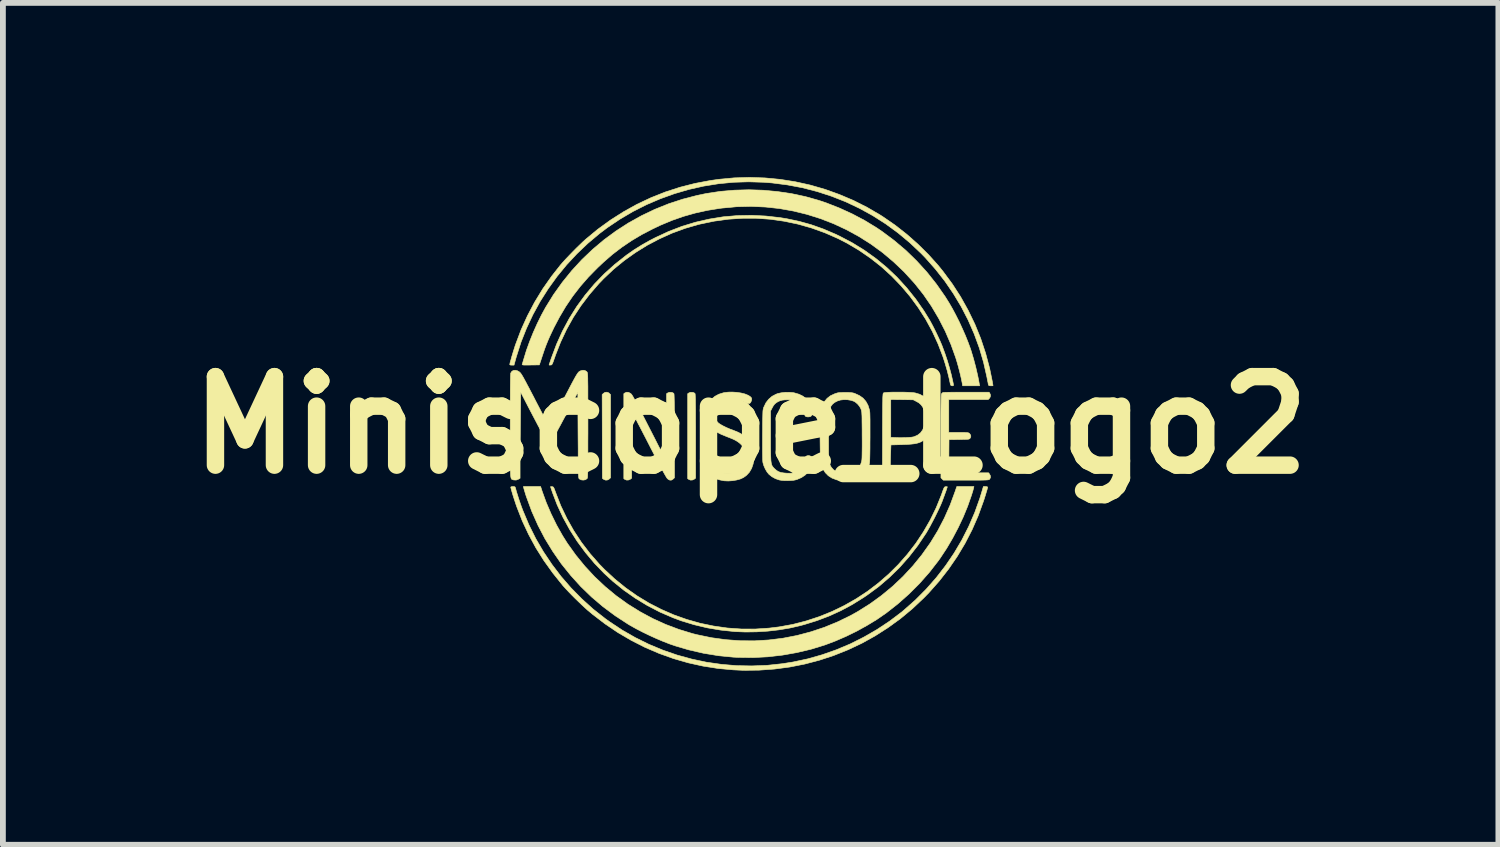
<source format=kicad_pcb>
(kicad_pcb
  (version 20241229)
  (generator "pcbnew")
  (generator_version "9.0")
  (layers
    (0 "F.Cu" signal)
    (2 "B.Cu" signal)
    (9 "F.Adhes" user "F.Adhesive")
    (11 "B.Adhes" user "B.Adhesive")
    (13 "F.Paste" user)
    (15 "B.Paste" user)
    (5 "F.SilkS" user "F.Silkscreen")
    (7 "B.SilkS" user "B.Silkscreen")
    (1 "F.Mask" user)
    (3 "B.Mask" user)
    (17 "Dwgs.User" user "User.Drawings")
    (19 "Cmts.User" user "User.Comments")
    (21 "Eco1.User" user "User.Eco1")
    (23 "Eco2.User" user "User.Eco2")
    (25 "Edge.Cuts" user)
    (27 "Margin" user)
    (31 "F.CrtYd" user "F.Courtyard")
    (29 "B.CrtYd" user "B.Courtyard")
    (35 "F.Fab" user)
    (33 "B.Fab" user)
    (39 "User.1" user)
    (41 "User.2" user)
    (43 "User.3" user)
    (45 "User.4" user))
  (footprint "Miniscope_Logo2"
    (layer "F.Cu")
    (at 9.877 4.271)
    (property "Reference" "Miniscope_Logo2" (at 0 0 0) (layer "F.SilkS") (effects (font (size 1.524 1.524) (thickness 0.3))))
    (attr through_hole)
    (fp_poly (pts (xy -2.445 -0.556) (xy -2.434 -0.546) (xy -2.413 -0.526) (xy -2.413 0.907) (xy -2.434 0.927) (xy -2.462 0.944) (xy -2.494 0.948) (xy -2.525 0.937) (xy -2.533 0.932) (xy -2.553 0.916) (xy -2.557 -0.525) (xy -2.536 -0.546) (xy -2.508 -0.564) (xy -2.476 -0.567) (xy -2.445 -0.556)) (stroke (width 0.01) (type solid)) (fill yes) (layer "F.SilkS"))
    (fp_poly (pts (xy -0.98 -0.559) (xy -0.96 -0.547) (xy -0.959 -0.545) (xy -0.957 -0.539) (xy -0.955 -0.527) (xy -0.954 -0.507) (xy -0.953 -0.479) (xy -0.951 -0.442) (xy -0.951 -0.395) (xy -0.95 -0.336) (xy -0.949 -0.266) (xy -0.949 -0.182) (xy -0.949 -0.085) (xy -0.948 0.027) (xy -0.948 0.155) (xy -0.948 0.192) (xy -0.948 0.913) (xy -0.971 0.931) (xy -1.001 0.945) (xy -1.035 0.947) (xy -1.065 0.935) (xy -1.065 0.935) (xy -1.084 0.922) (xy -1.084 -0.541) (xy -1.062 -0.555) (xy -1.038 -0.564) (xy -1.008 -0.565) (xy -0.98 -0.559)) (stroke (width 0.01) (type solid)) (fill yes) (layer "F.SilkS"))
    (fp_poly (pts (xy 4.119 -0.548) (xy 4.131 -0.518) (xy 4.127 -0.486) (xy 4.111 -0.461) (xy 4.09 -0.44) (xy 3.412 -0.44) (xy 3.412 0.127) (xy 3.582 0.127) (xy 3.639 0.127) (xy 3.683 0.127) (xy 3.714 0.128) (xy 3.735 0.13) (xy 3.75 0.133) (xy 3.759 0.137) (xy 3.767 0.143) (xy 3.772 0.148) (xy 3.79 0.175) (xy 3.791 0.203) (xy 3.778 0.228) (xy 3.772 0.234) (xy 3.765 0.238) (xy 3.753 0.242) (xy 3.734 0.244) (xy 3.707 0.245) (xy 3.669 0.246) (xy 3.617 0.247) (xy 3.59 0.248) (xy 3.416 0.25) (xy 3.414 0.536) (xy 3.412 0.821) (xy 4.097 0.821) (xy 4.114 0.844) (xy 4.129 0.873) (xy 4.13 0.903) (xy 4.117 0.929) (xy 4.115 0.931) (xy 4.11 0.935) (xy 4.105 0.939) (xy 4.096 0.941) (xy 4.083 0.943) (xy 4.065 0.945) (xy 4.039 0.946) (xy 4.004 0.947) (xy 3.959 0.948) (xy 3.902 0.948) (xy 3.832 0.948) (xy 3.747 0.948) (xy 3.708 0.948) (xy 3.318 0.948) (xy 3.297 0.927) (xy 3.277 0.907) (xy 3.277 0.196) (xy 3.277 0.056) (xy 3.277 -0.068) (xy 3.277 -0.175) (xy 3.278 -0.268) (xy 3.279 -0.346) (xy 3.28 -0.409) (xy 3.281 -0.46) (xy 3.282 -0.497) (xy 3.284 -0.522) (xy 3.286 -0.535) (xy 3.286 -0.537) (xy 3.3 -0.554) (xy 3.314 -0.562) (xy 3.326 -0.563) (xy 3.353 -0.564) (xy 3.393 -0.565) (xy 3.445 -0.566) (xy 3.507 -0.566) (xy 3.577 -0.567) (xy 3.653 -0.567) (xy 3.719 -0.567) (xy 4.105 -0.567) (xy 4.119 -0.548)) (stroke (width 0.01) (type solid)) (fill yes) (layer "F.SilkS"))
    (fp_poly (pts (xy -2.1 -0.563) (xy -2.067 -0.545) (xy -2.063 -0.542) (xy -2.058 -0.537) (xy -2.053 -0.532) (xy -2.047 -0.524) (xy -2.04 -0.513) (xy -2.031 -0.499) (xy -2.02 -0.48) (xy -2.007 -0.456) (xy -1.99 -0.426) (xy -1.971 -0.389) (xy -1.947 -0.344) (xy -1.919 -0.29) (xy -1.887 -0.227) (xy -1.849 -0.154) (xy -1.806 -0.07) (xy -1.757 0.026) (xy -1.701 0.135) (xy -1.638 0.258) (xy -1.581 0.371) (xy -1.459 0.61) (xy -1.453 0.418) (xy -1.452 0.367) (xy -1.451 0.302) (xy -1.45 0.226) (xy -1.449 0.143) (xy -1.449 0.054) (xy -1.448 -0.036) (xy -1.448 -0.125) (xy -1.448 -0.158) (xy -1.448 -0.541) (xy -1.426 -0.555) (xy -1.402 -0.564) (xy -1.372 -0.565) (xy -1.344 -0.559) (xy -1.324 -0.547) (xy -1.323 -0.545) (xy -1.321 -0.539) (xy -1.319 -0.527) (xy -1.318 -0.507) (xy -1.317 -0.479) (xy -1.316 -0.442) (xy -1.315 -0.395) (xy -1.314 -0.336) (xy -1.313 -0.265) (xy -1.313 -0.182) (xy -1.313 -0.084) (xy -1.312 0.028) (xy -1.312 0.156) (xy -1.312 0.188) (xy -1.312 0.907) (xy -1.333 0.927) (xy -1.361 0.946) (xy -1.39 0.948) (xy -1.42 0.933) (xy -1.437 0.917) (xy -1.448 0.902) (xy -1.465 0.873) (xy -1.489 0.831) (xy -1.519 0.777) (xy -1.554 0.712) (xy -1.593 0.638) (xy -1.637 0.554) (xy -1.674 0.483) (xy -1.717 0.4) (xy -1.76 0.316) (xy -1.802 0.234) (xy -1.843 0.155) (xy -1.88 0.083) (xy -1.914 0.018) (xy -1.942 -0.035) (xy -1.963 -0.077) (xy -1.965 -0.08) (xy -2.048 -0.241) (xy -2.049 0.336) (xy -2.049 0.913) (xy -2.071 0.931) (xy -2.102 0.945) (xy -2.135 0.947) (xy -2.165 0.935) (xy -2.166 0.935) (xy -2.184 0.922) (xy -2.184 -0.541) (xy -2.166 -0.554) (xy -2.134 -0.567) (xy -2.1 -0.563)) (stroke (width 0.01) (type solid)) (fill yes) (layer "F.SilkS"))
    (fp_poly (pts (xy 2.597 -0.568) (xy 2.656 -0.567) (xy 2.712 -0.565) (xy 2.761 -0.562) (xy 2.801 -0.559) (xy 2.829 -0.555) (xy 2.831 -0.555) (xy 2.909 -0.532) (xy 2.976 -0.497) (xy 3.03 -0.452) (xy 3.074 -0.394) (xy 3.108 -0.322) (xy 3.121 -0.284) (xy 3.128 -0.249) (xy 3.133 -0.202) (xy 3.136 -0.148) (xy 3.137 -0.092) (xy 3.135 -0.038) (xy 3.131 0.007) (xy 3.126 0.031) (xy 3.102 0.105) (xy 3.065 0.171) (xy 3.017 0.228) (xy 2.966 0.269) (xy 2.935 0.287) (xy 2.902 0.301) (xy 2.865 0.312) (xy 2.821 0.321) (xy 2.768 0.327) (xy 2.703 0.332) (xy 2.624 0.335) (xy 2.608 0.336) (xy 2.416 0.341) (xy 2.41 0.506) (xy 2.408 0.569) (xy 2.407 0.637) (xy 2.405 0.703) (xy 2.405 0.763) (xy 2.405 0.797) (xy 2.404 0.845) (xy 2.404 0.88) (xy 2.402 0.903) (xy 2.399 0.918) (xy 2.395 0.927) (xy 2.389 0.933) (xy 2.386 0.935) (xy 2.355 0.947) (xy 2.322 0.946) (xy 2.293 0.931) (xy 2.29 0.927) (xy 2.269 0.906) (xy 2.271 0.211) (xy 2.413 0.211) (xy 2.487 0.214) (xy 2.547 0.216) (xy 2.609 0.216) (xy 2.67 0.215) (xy 2.725 0.212) (xy 2.771 0.208) (xy 2.805 0.202) (xy 2.814 0.2) (xy 2.875 0.173) (xy 2.925 0.134) (xy 2.962 0.083) (xy 2.986 0.026) (xy 2.995 -0.02) (xy 3 -0.082) (xy 3 -0.114) (xy 2.997 -0.191) (xy 2.986 -0.254) (xy 2.966 -0.306) (xy 2.937 -0.348) (xy 2.898 -0.383) (xy 2.858 -0.406) (xy 2.8 -0.436) (xy 2.607 -0.439) (xy 2.413 -0.441) (xy 2.413 0.211) (xy 2.271 0.211) (xy 2.271 0.182) (xy 2.271 0.054) (xy 2.272 -0.057) (xy 2.272 -0.154) (xy 2.273 -0.237) (xy 2.273 -0.308) (xy 2.274 -0.367) (xy 2.275 -0.415) (xy 2.275 -0.454) (xy 2.276 -0.485) (xy 2.278 -0.508) (xy 2.279 -0.526) (xy 2.281 -0.538) (xy 2.283 -0.546) (xy 2.285 -0.551) (xy 2.288 -0.554) (xy 2.29 -0.555) (xy 2.304 -0.559) (xy 2.332 -0.562) (xy 2.372 -0.565) (xy 2.421 -0.567) (xy 2.477 -0.568) (xy 2.536 -0.568) (xy 2.597 -0.568)) (stroke (width 0.01) (type solid)) (fill yes) (layer "F.SilkS"))
    (fp_poly (pts (xy -3.59 1.141) (xy -3.52 1.334) (xy -3.436 1.529) (xy -3.342 1.721) (xy -3.238 1.906) (xy -3.156 2.036) (xy -3.011 2.239) (xy -2.854 2.431) (xy -2.685 2.613) (xy -2.505 2.782) (xy -2.315 2.939) (xy -2.115 3.083) (xy -1.906 3.213) (xy -1.689 3.33) (xy -1.465 3.432) (xy -1.234 3.519) (xy -0.998 3.591) (xy -0.921 3.61) (xy -0.676 3.661) (xy -0.429 3.695) (xy -0.182 3.713) (xy 0.065 3.715) (xy 0.312 3.7) (xy 0.556 3.67) (xy 0.798 3.623) (xy 1.036 3.56) (xy 1.27 3.482) (xy 1.499 3.388) (xy 1.723 3.279) (xy 1.846 3.21) (xy 2.053 3.08) (xy 2.253 2.935) (xy 2.444 2.777) (xy 2.624 2.607) (xy 2.792 2.426) (xy 2.947 2.236) (xy 2.954 2.226) (xy 3.096 2.026) (xy 3.223 1.818) (xy 3.336 1.601) (xy 3.436 1.375) (xy 3.522 1.141) (xy 3.55 1.058) (xy 3.845 1.058) (xy 3.839 1.086) (xy 3.834 1.104) (xy 3.826 1.135) (xy 3.814 1.173) (xy 3.801 1.215) (xy 3.8 1.217) (xy 3.737 1.397) (xy 3.661 1.582) (xy 3.574 1.766) (xy 3.478 1.948) (xy 3.376 2.122) (xy 3.269 2.284) (xy 3.233 2.335) (xy 3.077 2.536) (xy 2.907 2.728) (xy 2.725 2.91) (xy 2.533 3.08) (xy 2.333 3.237) (xy 2.327 3.241) (xy 2.172 3.348) (xy 2.004 3.45) (xy 1.827 3.548) (xy 1.645 3.637) (xy 1.461 3.717) (xy 1.281 3.785) (xy 1.278 3.786) (xy 1.041 3.859) (xy 0.797 3.917) (xy 0.548 3.961) (xy 0.296 3.99) (xy 0.043 4.003) (xy -0.209 4) (xy -0.296 3.996) (xy -0.553 3.971) (xy -0.81 3.929) (xy -1.066 3.87) (xy -1.291 3.804) (xy -1.393 3.769) (xy -1.504 3.726) (xy -1.622 3.676) (xy -1.741 3.622) (xy -1.859 3.565) (xy -1.971 3.507) (xy -2.073 3.45) (xy -2.11 3.428) (xy -2.331 3.284) (xy -2.541 3.128) (xy -2.739 2.96) (xy -2.925 2.78) (xy -3.098 2.589) (xy -3.26 2.388) (xy -3.407 2.176) (xy -3.542 1.956) (xy -3.662 1.726) (xy -3.768 1.488) (xy -3.859 1.241) (xy -3.864 1.228) (xy -3.878 1.184) (xy -3.89 1.144) (xy -3.9 1.111) (xy -3.906 1.089) (xy -3.907 1.086) (xy -3.913 1.058) (xy -3.617 1.058) (xy -3.59 1.141)) (stroke (width 0.01) (type solid)) (fill yes) (layer "F.SilkS"))
    (fp_poly (pts (xy -3.421 1.06) (xy -3.42 1.06) (xy -3.408 1.062) (xy -3.4 1.066) (xy -3.392 1.076) (xy -3.383 1.094) (xy -3.372 1.123) (xy -3.357 1.164) (xy -3.269 1.39) (xy -3.165 1.607) (xy -3.047 1.817) (xy -2.914 2.019) (xy -2.766 2.212) (xy -2.604 2.397) (xy -2.518 2.485) (xy -2.34 2.65) (xy -2.153 2.802) (xy -1.957 2.94) (xy -1.753 3.064) (xy -1.541 3.173) (xy -1.323 3.268) (xy -1.1 3.347) (xy -0.871 3.412) (xy -0.639 3.46) (xy -0.403 3.494) (xy -0.164 3.511) (xy 0.076 3.512) (xy 0.317 3.496) (xy 0.489 3.475) (xy 0.726 3.432) (xy 0.958 3.372) (xy 1.183 3.298) (xy 1.403 3.209) (xy 1.615 3.106) (xy 1.819 2.99) (xy 2.015 2.861) (xy 2.201 2.719) (xy 2.378 2.565) (xy 2.544 2.4) (xy 2.699 2.224) (xy 2.843 2.038) (xy 2.973 1.842) (xy 3.091 1.637) (xy 3.195 1.424) (xy 3.285 1.202) (xy 3.298 1.164) (xy 3.313 1.122) (xy 3.324 1.094) (xy 3.333 1.076) (xy 3.341 1.066) (xy 3.349 1.062) (xy 3.36 1.06) (xy 3.378 1.06) (xy 3.387 1.062) (xy 3.387 1.062) (xy 3.384 1.073) (xy 3.376 1.097) (xy 3.365 1.131) (xy 3.35 1.171) (xy 3.334 1.216) (xy 3.317 1.261) (xy 3.301 1.305) (xy 3.294 1.323) (xy 3.271 1.378) (xy 3.241 1.443) (xy 3.206 1.516) (xy 3.168 1.593) (xy 3.128 1.669) (xy 3.089 1.743) (xy 3.051 1.81) (xy 3.018 1.866) (xy 3.016 1.868) (xy 2.878 2.074) (xy 2.727 2.268) (xy 2.564 2.452) (xy 2.39 2.622) (xy 2.205 2.781) (xy 2.009 2.925) (xy 1.947 2.967) (xy 1.751 3.089) (xy 1.554 3.195) (xy 1.352 3.287) (xy 1.144 3.366) (xy 0.925 3.434) (xy 0.847 3.455) (xy 0.672 3.495) (xy 0.486 3.526) (xy 0.295 3.548) (xy 0.102 3.56) (xy -0.087 3.563) (xy -0.269 3.556) (xy -0.279 3.555) (xy -0.515 3.53) (xy -0.747 3.491) (xy -0.974 3.437) (xy -1.194 3.37) (xy -1.334 3.318) (xy -1.559 3.221) (xy -1.777 3.108) (xy -1.986 2.981) (xy -2.186 2.841) (xy -2.375 2.688) (xy -2.522 2.553) (xy -2.69 2.379) (xy -2.845 2.194) (xy -2.988 2) (xy -3.117 1.798) (xy -3.232 1.588) (xy -3.332 1.373) (xy -3.416 1.153) (xy -3.417 1.148) (xy -3.429 1.113) (xy -3.439 1.084) (xy -3.444 1.066) (xy -3.446 1.06) (xy -3.439 1.059) (xy -3.421 1.06)) (stroke (width 0.01) (type solid)) (fill yes) (layer "F.SilkS"))
    (fp_poly (pts (xy 0.259 -3.601) (xy 0.507 -3.573) (xy 0.618 -3.555) (xy 0.831 -3.51) (xy 1.04 -3.452) (xy 1.247 -3.379) (xy 1.454 -3.291) (xy 1.532 -3.254) (xy 1.751 -3.139) (xy 1.959 -3.011) (xy 2.157 -2.869) (xy 2.345 -2.714) (xy 2.522 -2.546) (xy 2.687 -2.365) (xy 2.842 -2.172) (xy 2.985 -1.967) (xy 3.078 -1.816) (xy 3.106 -1.766) (xy 3.138 -1.706) (xy 3.172 -1.639) (xy 3.206 -1.569) (xy 3.238 -1.501) (xy 3.267 -1.437) (xy 3.29 -1.383) (xy 3.298 -1.363) (xy 3.346 -1.233) (xy 3.387 -1.111) (xy 3.423 -0.99) (xy 3.456 -0.866) (xy 3.486 -0.732) (xy 3.493 -0.696) (xy 3.493 -0.683) (xy 3.484 -0.678) (xy 3.472 -0.677) (xy 3.452 -0.681) (xy 3.443 -0.693) (xy 3.442 -0.696) (xy 3.438 -0.712) (xy 3.432 -0.74) (xy 3.424 -0.776) (xy 3.416 -0.813) (xy 3.386 -0.935) (xy 3.349 -1.062) (xy 3.312 -1.177) (xy 3.227 -1.399) (xy 3.128 -1.615) (xy 3.014 -1.824) (xy 2.886 -2.024) (xy 2.745 -2.216) (xy 2.591 -2.398) (xy 2.426 -2.569) (xy 2.25 -2.729) (xy 2.063 -2.876) (xy 1.867 -3.011) (xy 1.661 -3.133) (xy 1.505 -3.213) (xy 1.279 -3.312) (xy 1.049 -3.395) (xy 0.816 -3.461) (xy 0.579 -3.511) (xy 0.341 -3.545) (xy 0.1 -3.562) (xy -0.141 -3.562) (xy -0.383 -3.546) (xy -0.625 -3.513) (xy -0.867 -3.463) (xy -0.904 -3.454) (xy -1.131 -3.388) (xy -1.354 -3.306) (xy -1.571 -3.208) (xy -1.782 -3.097) (xy -1.985 -2.971) (xy -2.179 -2.833) (xy -2.363 -2.682) (xy -2.535 -2.519) (xy -2.613 -2.438) (xy -2.775 -2.251) (xy -2.922 -2.057) (xy -3.054 -1.856) (xy -3.171 -1.646) (xy -3.273 -1.429) (xy -3.362 -1.202) (xy -3.37 -1.177) (xy -3.388 -1.127) (xy -3.401 -1.09) (xy -3.411 -1.065) (xy -3.419 -1.049) (xy -3.426 -1.04) (xy -3.434 -1.036) (xy -3.443 -1.035) (xy -3.445 -1.035) (xy -3.463 -1.034) (xy -3.471 -1.035) (xy -3.471 -1.035) (xy -3.469 -1.043) (xy -3.462 -1.065) (xy -3.451 -1.097) (xy -3.438 -1.137) (xy -3.43 -1.16) (xy -3.342 -1.394) (xy -3.24 -1.62) (xy -3.124 -1.836) (xy -2.994 -2.043) (xy -2.85 -2.24) (xy -2.693 -2.427) (xy -2.523 -2.603) (xy -2.34 -2.768) (xy -2.145 -2.922) (xy -2.132 -2.932) (xy -2.004 -3.021) (xy -1.872 -3.103) (xy -1.732 -3.182) (xy -1.636 -3.231) (xy -1.412 -3.335) (xy -1.183 -3.423) (xy -0.95 -3.494) (xy -0.713 -3.548) (xy -0.474 -3.587) (xy -0.232 -3.608) (xy 0.013 -3.613) (xy 0.259 -3.601)) (stroke (width 0.01) (type solid)) (fill yes) (layer "F.SilkS"))
    (fp_poly (pts (xy -0.237 -0.564) (xy -0.165 -0.553) (xy -0.1 -0.537) (xy -0.046 -0.515) (xy -0.012 -0.495) (xy 0.011 -0.473) (xy 0.019 -0.45) (xy 0.014 -0.422) (xy 0.008 -0.407) (xy -0.004 -0.385) (xy -0.016 -0.375) (xy -0.033 -0.373) (xy -0.034 -0.373) (xy -0.058 -0.376) (xy -0.086 -0.386) (xy -0.095 -0.391) (xy -0.168 -0.42) (xy -0.245 -0.439) (xy -0.322 -0.447) (xy -0.398 -0.444) (xy -0.466 -0.429) (xy -0.507 -0.412) (xy -0.542 -0.39) (xy -0.575 -0.358) (xy -0.601 -0.324) (xy -0.617 -0.291) (xy -0.618 -0.289) (xy -0.627 -0.229) (xy -0.624 -0.17) (xy -0.609 -0.114) (xy -0.583 -0.066) (xy -0.554 -0.035) (xy -0.52 -0.012) (xy -0.474 0.014) (xy -0.419 0.041) (xy -0.359 0.067) (xy -0.309 0.085) (xy -0.213 0.124) (xy -0.133 0.168) (xy -0.067 0.217) (xy -0.017 0.273) (xy 0.021 0.337) (xy 0.045 0.408) (xy 0.057 0.488) (xy 0.057 0.491) (xy 0.056 0.583) (xy 0.043 0.668) (xy 0.017 0.744) (xy -0.021 0.81) (xy -0.071 0.864) (xy -0.123 0.902) (xy -0.176 0.927) (xy -0.241 0.945) (xy -0.312 0.957) (xy -0.385 0.962) (xy -0.455 0.959) (xy -0.466 0.957) (xy -0.531 0.944) (xy -0.593 0.925) (xy -0.65 0.899) (xy -0.701 0.87) (xy -0.744 0.837) (xy -0.776 0.803) (xy -0.796 0.769) (xy -0.803 0.736) (xy -0.801 0.723) (xy -0.791 0.702) (xy -0.775 0.681) (xy -0.756 0.665) (xy -0.743 0.66) (xy -0.733 0.666) (xy -0.713 0.681) (xy -0.689 0.702) (xy -0.677 0.714) (xy -0.631 0.754) (xy -0.582 0.786) (xy -0.563 0.797) (xy -0.535 0.81) (xy -0.512 0.818) (xy -0.488 0.823) (xy -0.459 0.826) (xy -0.418 0.828) (xy -0.41 0.828) (xy -0.33 0.827) (xy -0.262 0.815) (xy -0.207 0.794) (xy -0.161 0.761) (xy -0.126 0.719) (xy -0.104 0.68) (xy -0.09 0.637) (xy -0.083 0.587) (xy -0.081 0.546) (xy -0.085 0.485) (xy -0.096 0.435) (xy -0.117 0.391) (xy -0.15 0.349) (xy -0.164 0.334) (xy -0.192 0.308) (xy -0.222 0.286) (xy -0.257 0.264) (xy -0.299 0.243) (xy -0.352 0.221) (xy -0.419 0.195) (xy -0.423 0.193) (xy -0.511 0.157) (xy -0.583 0.12) (xy -0.641 0.081) (xy -0.686 0.04) (xy -0.72 -0.005) (xy -0.734 -0.031) (xy -0.751 -0.082) (xy -0.761 -0.144) (xy -0.764 -0.211) (xy -0.761 -0.256) (xy -0.745 -0.328) (xy -0.715 -0.393) (xy -0.671 -0.449) (xy -0.615 -0.496) (xy -0.548 -0.532) (xy -0.471 -0.556) (xy -0.457 -0.559) (xy -0.386 -0.568) (xy -0.311 -0.569) (xy -0.237 -0.564)) (stroke (width 0.01) (type solid)) (fill yes) (layer "F.SilkS"))
    (fp_poly (pts (xy 0.217 -4.045) (xy 0.463 -4.022) (xy 0.706 -3.986) (xy 0.944 -3.935) (xy 1.175 -3.87) (xy 1.3 -3.828) (xy 1.527 -3.739) (xy 1.748 -3.638) (xy 1.962 -3.525) (xy 2.164 -3.402) (xy 2.262 -3.336) (xy 2.472 -3.179) (xy 2.672 -3.01) (xy 2.859 -2.828) (xy 3.035 -2.635) (xy 3.198 -2.43) (xy 3.349 -2.214) (xy 3.419 -2.102) (xy 3.475 -2.005) (xy 3.533 -1.896) (xy 3.591 -1.781) (xy 3.646 -1.661) (xy 3.698 -1.543) (xy 3.744 -1.428) (xy 3.783 -1.322) (xy 3.796 -1.283) (xy 3.839 -1.14) (xy 3.877 -0.996) (xy 3.909 -0.858) (xy 3.928 -0.765) (xy 3.943 -0.677) (xy 3.651 -0.677) (xy 3.641 -0.734) (xy 3.63 -0.79) (xy 3.615 -0.857) (xy 3.597 -0.93) (xy 3.577 -1.007) (xy 3.556 -1.081) (xy 3.535 -1.149) (xy 3.534 -1.154) (xy 3.45 -1.388) (xy 3.352 -1.616) (xy 3.239 -1.837) (xy 3.114 -2.048) (xy 2.976 -2.249) (xy 2.826 -2.438) (xy 2.811 -2.455) (xy 2.641 -2.641) (xy 2.46 -2.813) (xy 2.271 -2.972) (xy 2.072 -3.117) (xy 1.865 -3.248) (xy 1.651 -3.365) (xy 1.43 -3.468) (xy 1.203 -3.556) (xy 0.972 -3.629) (xy 0.735 -3.687) (xy 0.495 -3.73) (xy 0.252 -3.756) (xy 0.006 -3.767) (xy -0.241 -3.761) (xy -0.489 -3.738) (xy -0.529 -3.733) (xy -0.747 -3.698) (xy -0.955 -3.652) (xy -1.156 -3.595) (xy -1.354 -3.526) (xy -1.553 -3.443) (xy -1.689 -3.378) (xy -1.878 -3.28) (xy -2.054 -3.175) (xy -2.219 -3.063) (xy -2.379 -2.941) (xy -2.535 -2.805) (xy -2.637 -2.709) (xy -2.794 -2.549) (xy -2.936 -2.386) (xy -3.065 -2.219) (xy -3.183 -2.045) (xy -3.292 -1.861) (xy -3.387 -1.681) (xy -3.428 -1.595) (xy -3.463 -1.52) (xy -3.493 -1.451) (xy -3.521 -1.382) (xy -3.548 -1.31) (xy -3.575 -1.23) (xy -3.59 -1.185) (xy -3.639 -1.037) (xy -3.789 -1.035) (xy -3.845 -1.034) (xy -3.885 -1.034) (xy -3.912 -1.035) (xy -3.928 -1.038) (xy -3.935 -1.041) (xy -3.935 -1.043) (xy -3.931 -1.055) (xy -3.924 -1.08) (xy -3.914 -1.114) (xy -3.904 -1.147) (xy -3.86 -1.291) (xy -3.805 -1.443) (xy -3.743 -1.597) (xy -3.675 -1.749) (xy -3.603 -1.895) (xy -3.531 -2.027) (xy -3.393 -2.25) (xy -3.242 -2.461) (xy -3.079 -2.662) (xy -2.905 -2.851) (xy -2.72 -3.027) (xy -2.524 -3.192) (xy -2.319 -3.343) (xy -2.105 -3.481) (xy -1.882 -3.605) (xy -1.652 -3.715) (xy -1.414 -3.811) (xy -1.17 -3.891) (xy -0.92 -3.956) (xy -0.762 -3.989) (xy -0.522 -4.025) (xy -0.277 -4.046) (xy -0.03 -4.053) (xy 0.217 -4.045)) (stroke (width 0.01) (type solid)) (fill yes) (layer "F.SilkS"))
    (fp_poly (pts (xy 4.068 1.06) (xy 4.08 1.066) (xy 4.081 1.068) (xy 4.078 1.083) (xy 4.071 1.113) (xy 4.058 1.155) (xy 4.042 1.209) (xy 4.022 1.272) (xy 4.007 1.317) (xy 3.918 1.562) (xy 3.813 1.802) (xy 3.693 2.035) (xy 3.558 2.261) (xy 3.409 2.478) (xy 3.246 2.687) (xy 3.069 2.887) (xy 2.979 2.979) (xy 2.784 3.163) (xy 2.579 3.333) (xy 2.365 3.488) (xy 2.143 3.63) (xy 1.914 3.757) (xy 1.677 3.869) (xy 1.434 3.966) (xy 1.185 4.048) (xy 0.931 4.115) (xy 0.673 4.166) (xy 0.41 4.201) (xy 0.145 4.22) (xy -0.124 4.223) (xy -0.296 4.215) (xy -0.56 4.191) (xy -0.82 4.15) (xy -1.077 4.093) (xy -1.33 4.02) (xy -1.578 3.931) (xy -1.82 3.827) (xy -2.056 3.707) (xy -2.285 3.573) (xy -2.507 3.423) (xy -2.72 3.26) (xy -2.811 3.184) (xy -2.854 3.145) (xy -2.905 3.098) (xy -2.961 3.044) (xy -3.02 2.987) (xy -3.078 2.929) (xy -3.132 2.873) (xy -3.181 2.821) (xy -3.221 2.777) (xy -3.236 2.76) (xy -3.406 2.548) (xy -3.561 2.332) (xy -3.7 2.111) (xy -3.823 1.884) (xy -3.932 1.651) (xy -4.026 1.41) (xy -4.044 1.359) (xy -4.06 1.31) (xy -4.077 1.258) (xy -4.093 1.208) (xy -4.107 1.161) (xy -4.119 1.12) (xy -4.127 1.089) (xy -4.131 1.071) (xy -4.132 1.068) (xy -4.124 1.062) (xy -4.104 1.059) (xy -4.094 1.058) (xy -4.07 1.059) (xy -4.058 1.065) (xy -4.051 1.079) (xy -4.047 1.094) (xy -4.034 1.143) (xy -4.015 1.203) (xy -3.994 1.27) (xy -3.97 1.34) (xy -3.946 1.409) (xy -3.922 1.472) (xy -3.92 1.477) (xy -3.818 1.719) (xy -3.701 1.954) (xy -3.569 2.18) (xy -3.423 2.398) (xy -3.264 2.607) (xy -3.092 2.805) (xy -2.908 2.992) (xy -2.713 3.168) (xy -2.506 3.331) (xy -2.434 3.383) (xy -2.214 3.529) (xy -1.987 3.659) (xy -1.752 3.775) (xy -1.512 3.875) (xy -1.266 3.96) (xy -1.015 4.029) (xy -0.761 4.083) (xy -0.503 4.12) (xy -0.243 4.142) (xy 0.019 4.147) (xy 0.281 4.137) (xy 0.544 4.109) (xy 0.728 4.08) (xy 0.981 4.026) (xy 1.231 3.955) (xy 1.476 3.869) (xy 1.716 3.768) (xy 1.949 3.651) (xy 2.175 3.521) (xy 2.392 3.377) (xy 2.6 3.22) (xy 2.639 3.187) (xy 2.837 3.012) (xy 3.023 2.825) (xy 3.196 2.628) (xy 3.357 2.42) (xy 3.504 2.204) (xy 3.637 1.979) (xy 3.755 1.746) (xy 3.859 1.506) (xy 3.947 1.26) (xy 3.973 1.175) (xy 4.008 1.058) (xy 4.044 1.058) (xy 4.068 1.06)) (stroke (width 0.01) (type solid)) (fill yes) (layer "F.SilkS"))
    (fp_poly (pts (xy 0.246 -4.257) (xy 0.509 -4.232) (xy 0.769 -4.191) (xy 1.026 -4.134) (xy 1.279 -4.061) (xy 1.527 -3.972) (xy 1.77 -3.869) (xy 2.006 -3.75) (xy 2.235 -3.616) (xy 2.283 -3.585) (xy 2.49 -3.442) (xy 2.69 -3.285) (xy 2.881 -3.116) (xy 3.062 -2.937) (xy 3.229 -2.751) (xy 3.311 -2.65) (xy 3.471 -2.434) (xy 3.616 -2.21) (xy 3.746 -1.977) (xy 3.862 -1.737) (xy 3.962 -1.491) (xy 4.046 -1.238) (xy 4.115 -0.98) (xy 4.157 -0.775) (xy 4.164 -0.738) (xy 4.169 -0.707) (xy 4.173 -0.687) (xy 4.174 -0.68) (xy 4.166 -0.678) (xy 4.147 -0.677) (xy 4.136 -0.677) (xy 4.112 -0.679) (xy 4.1 -0.684) (xy 4.094 -0.695) (xy 4.094 -0.696) (xy 4.091 -0.712) (xy 4.086 -0.74) (xy 4.078 -0.777) (xy 4.07 -0.82) (xy 4.068 -0.83) (xy 4.011 -1.082) (xy 3.938 -1.33) (xy 3.849 -1.573) (xy 3.745 -1.81) (xy 3.626 -2.041) (xy 3.492 -2.264) (xy 3.344 -2.48) (xy 3.182 -2.686) (xy 3.007 -2.884) (xy 2.935 -2.958) (xy 2.741 -3.141) (xy 2.537 -3.311) (xy 2.325 -3.466) (xy 2.104 -3.607) (xy 1.875 -3.733) (xy 1.639 -3.845) (xy 1.396 -3.941) (xy 1.147 -4.022) (xy 0.892 -4.088) (xy 0.632 -4.137) (xy 0.367 -4.171) (xy 0.225 -4.182) (xy -0.035 -4.19) (xy -0.295 -4.182) (xy -0.553 -4.157) (xy -0.809 -4.116) (xy -1.063 -4.059) (xy -1.312 -3.986) (xy -1.556 -3.898) (xy -1.795 -3.796) (xy -2.028 -3.678) (xy -2.252 -3.546) (xy -2.469 -3.4) (xy -2.603 -3.299) (xy -2.803 -3.131) (xy -2.992 -2.951) (xy -3.169 -2.761) (xy -3.334 -2.56) (xy -3.486 -2.349) (xy -3.625 -2.13) (xy -3.749 -1.904) (xy -3.859 -1.67) (xy -3.954 -1.431) (xy -4.032 -1.187) (xy -4.044 -1.147) (xy -4.075 -1.033) (xy -4.112 -1.033) (xy -4.138 -1.035) (xy -4.148 -1.042) (xy -4.149 -1.044) (xy -4.146 -1.058) (xy -4.14 -1.086) (xy -4.129 -1.123) (xy -4.117 -1.168) (xy -4.102 -1.217) (xy -4.087 -1.268) (xy -4.071 -1.318) (xy -4.057 -1.363) (xy -4.048 -1.389) (xy -3.954 -1.639) (xy -3.844 -1.882) (xy -3.72 -2.117) (xy -3.581 -2.345) (xy -3.426 -2.566) (xy -3.276 -2.756) (xy -3.235 -2.803) (xy -3.185 -2.858) (xy -3.127 -2.919) (xy -3.066 -2.982) (xy -3.004 -3.045) (xy -2.943 -3.104) (xy -2.887 -3.158) (xy -2.841 -3.2) (xy -2.632 -3.373) (xy -2.414 -3.531) (xy -2.189 -3.674) (xy -1.957 -3.803) (xy -1.717 -3.916) (xy -1.471 -4.014) (xy -1.218 -4.096) (xy -0.96 -4.162) (xy -0.696 -4.212) (xy -0.548 -4.233) (xy -0.283 -4.258) (xy -0.018 -4.266) (xy 0.246 -4.257)) (stroke (width 0.01) (type solid)) (fill yes) (layer "F.SilkS"))
    (fp_poly (pts (xy 0.728 -0.56) (xy 0.754 -0.555) (xy 0.832 -0.532) (xy 0.901 -0.498) (xy 0.959 -0.454) (xy 1.005 -0.402) (xy 1.037 -0.342) (xy 1.054 -0.277) (xy 1.057 -0.252) (xy 1.058 -0.209) (xy 1.056 -0.18) (xy 1.048 -0.162) (xy 1.035 -0.151) (xy 1.021 -0.145) (xy 0.988 -0.141) (xy 0.959 -0.145) (xy 0.94 -0.156) (xy 0.934 -0.169) (xy 0.927 -0.194) (xy 0.92 -0.225) (xy 0.92 -0.226) (xy 0.905 -0.285) (xy 0.883 -0.331) (xy 0.85 -0.368) (xy 0.805 -0.401) (xy 0.779 -0.416) (xy 0.759 -0.425) (xy 0.74 -0.431) (xy 0.715 -0.434) (xy 0.682 -0.435) (xy 0.648 -0.436) (xy 0.59 -0.435) (xy 0.544 -0.43) (xy 0.507 -0.42) (xy 0.473 -0.405) (xy 0.443 -0.387) (xy 0.415 -0.364) (xy 0.392 -0.335) (xy 0.373 -0.301) (xy 0.343 -0.243) (xy 0.343 0.19) (xy 0.343 0.293) (xy 0.343 0.381) (xy 0.344 0.455) (xy 0.345 0.517) (xy 0.347 0.567) (xy 0.349 0.608) (xy 0.353 0.641) (xy 0.358 0.667) (xy 0.364 0.687) (xy 0.372 0.704) (xy 0.382 0.718) (xy 0.393 0.732) (xy 0.407 0.746) (xy 0.411 0.75) (xy 0.445 0.78) (xy 0.481 0.802) (xy 0.522 0.816) (xy 0.573 0.824) (xy 0.622 0.828) (xy 0.679 0.829) (xy 0.724 0.826) (xy 0.761 0.818) (xy 0.793 0.805) (xy 0.826 0.785) (xy 0.861 0.755) (xy 0.887 0.716) (xy 0.907 0.665) (xy 0.919 0.617) (xy 0.93 0.575) (xy 0.945 0.546) (xy 0.964 0.531) (xy 0.989 0.525) (xy 0.994 0.525) (xy 1.02 0.529) (xy 1.04 0.539) (xy 1.05 0.547) (xy 1.055 0.556) (xy 1.058 0.572) (xy 1.058 0.598) (xy 1.057 0.625) (xy 1.054 0.668) (xy 1.049 0.7) (xy 1.039 0.729) (xy 1.03 0.748) (xy 0.991 0.807) (xy 0.939 0.86) (xy 0.875 0.903) (xy 0.801 0.935) (xy 0.77 0.944) (xy 0.734 0.951) (xy 0.688 0.954) (xy 0.635 0.956) (xy 0.581 0.955) (xy 0.533 0.951) (xy 0.495 0.945) (xy 0.494 0.945) (xy 0.427 0.922) (xy 0.366 0.888) (xy 0.316 0.848) (xy 0.283 0.808) (xy 0.253 0.757) (xy 0.228 0.701) (xy 0.212 0.648) (xy 0.212 0.648) (xy 0.209 0.626) (xy 0.207 0.588) (xy 0.206 0.533) (xy 0.205 0.461) (xy 0.205 0.373) (xy 0.205 0.267) (xy 0.205 0.173) (xy 0.206 0.076) (xy 0.206 -0.005) (xy 0.207 -0.072) (xy 0.208 -0.127) (xy 0.209 -0.171) (xy 0.21 -0.206) (xy 0.211 -0.233) (xy 0.213 -0.255) (xy 0.216 -0.271) (xy 0.219 -0.284) (xy 0.222 -0.296) (xy 0.226 -0.308) (xy 0.228 -0.311) (xy 0.263 -0.384) (xy 0.31 -0.445) (xy 0.369 -0.496) (xy 0.437 -0.532) (xy 0.466 -0.543) (xy 0.524 -0.556) (xy 0.592 -0.564) (xy 0.663 -0.565) (xy 0.728 -0.56)) (stroke (width 0.01) (type solid)) (fill yes) (layer "F.SilkS"))
    (fp_poly (pts (xy 1.681 -0.562) (xy 1.719 -0.56) (xy 1.748 -0.557) (xy 1.772 -0.552) (xy 1.795 -0.545) (xy 1.798 -0.543) (xy 1.874 -0.508) (xy 1.936 -0.464) (xy 1.984 -0.409) (xy 2.021 -0.342) (xy 2.045 -0.266) (xy 2.048 -0.251) (xy 2.051 -0.232) (xy 2.053 -0.209) (xy 2.054 -0.18) (xy 2.055 -0.143) (xy 2.056 -0.096) (xy 2.056 -0.039) (xy 2.056 0.031) (xy 2.056 0.115) (xy 2.056 0.213) (xy 2.056 0.219) (xy 2.055 0.315) (xy 2.055 0.396) (xy 2.054 0.463) (xy 2.053 0.518) (xy 2.052 0.562) (xy 2.051 0.597) (xy 2.05 0.624) (xy 2.048 0.645) (xy 2.045 0.662) (xy 2.042 0.676) (xy 2.039 0.688) (xy 2.034 0.701) (xy 2.034 0.703) (xy 2 0.774) (xy 1.955 0.836) (xy 1.899 0.886) (xy 1.835 0.924) (xy 1.801 0.936) (xy 1.763 0.945) (xy 1.714 0.951) (xy 1.658 0.954) (xy 1.601 0.954) (xy 1.547 0.952) (xy 1.501 0.947) (xy 1.477 0.941) (xy 1.401 0.912) (xy 1.337 0.871) (xy 1.285 0.818) (xy 1.245 0.754) (xy 1.215 0.676) (xy 1.214 0.671) (xy 1.21 0.656) (xy 1.207 0.638) (xy 1.205 0.615) (xy 1.203 0.584) (xy 1.201 0.545) (xy 1.199 0.496) (xy 1.198 0.435) (xy 1.197 0.36) (xy 1.196 0.271) (xy 1.196 0.261) (xy 1.195 0.148) (xy 1.195 0.051) (xy 1.196 -0.033) (xy 1.197 -0.104) (xy 1.201 -0.164) (xy 1.205 -0.215) (xy 1.209 -0.241) (xy 1.342 -0.241) (xy 1.342 0.195) (xy 1.342 0.293) (xy 1.342 0.375) (xy 1.342 0.443) (xy 1.343 0.499) (xy 1.344 0.544) (xy 1.345 0.579) (xy 1.346 0.607) (xy 1.348 0.627) (xy 1.35 0.643) (xy 1.353 0.655) (xy 1.356 0.665) (xy 1.357 0.668) (xy 1.388 0.725) (xy 1.427 0.769) (xy 1.478 0.801) (xy 1.51 0.814) (xy 1.557 0.825) (xy 1.613 0.83) (xy 1.671 0.828) (xy 1.724 0.82) (xy 1.749 0.813) (xy 1.807 0.785) (xy 1.853 0.745) (xy 1.888 0.693) (xy 1.91 0.63) (xy 1.913 0.614) (xy 1.916 0.592) (xy 1.918 0.557) (xy 1.919 0.509) (xy 1.92 0.446) (xy 1.921 0.367) (xy 1.921 0.273) (xy 1.92 0.165) (xy 1.92 0.073) (xy 1.919 -0.005) (xy 1.918 -0.068) (xy 1.918 -0.119) (xy 1.917 -0.16) (xy 1.915 -0.192) (xy 1.914 -0.216) (xy 1.911 -0.235) (xy 1.909 -0.25) (xy 1.905 -0.262) (xy 1.901 -0.273) (xy 1.899 -0.28) (xy 1.876 -0.322) (xy 1.843 -0.362) (xy 1.806 -0.394) (xy 1.782 -0.409) (xy 1.73 -0.427) (xy 1.669 -0.437) (xy 1.606 -0.439) (xy 1.546 -0.432) (xy 1.495 -0.416) (xy 1.447 -0.391) (xy 1.412 -0.363) (xy 1.385 -0.328) (xy 1.368 -0.297) (xy 1.342 -0.241) (xy 1.209 -0.241) (xy 1.211 -0.258) (xy 1.219 -0.294) (xy 1.229 -0.326) (xy 1.241 -0.354) (xy 1.255 -0.381) (xy 1.271 -0.405) (xy 1.317 -0.461) (xy 1.374 -0.505) (xy 1.444 -0.538) (xy 1.45 -0.54) (xy 1.477 -0.549) (xy 1.5 -0.556) (xy 1.525 -0.559) (xy 1.556 -0.561) (xy 1.597 -0.562) (xy 1.63 -0.562) (xy 1.681 -0.562)) (stroke (width 0.01) (type solid)) (fill yes) (layer "F.SilkS"))
    (fp_poly (pts (xy -4.019 -0.937) (xy -3.985 -0.918) (xy -3.971 -0.905) (xy -3.964 -0.898) (xy -3.957 -0.889) (xy -3.949 -0.877) (xy -3.939 -0.862) (xy -3.928 -0.843) (xy -3.913 -0.818) (xy -3.896 -0.786) (xy -3.874 -0.746) (xy -3.849 -0.698) (xy -3.818 -0.64) (xy -3.782 -0.571) (xy -3.74 -0.491) (xy -3.692 -0.397) (xy -3.636 -0.29) (xy -3.628 -0.275) (xy -3.595 -0.211) (xy -3.564 -0.151) (xy -3.536 -0.098) (xy -3.512 -0.052) (xy -3.493 -0.017) (xy -3.479 0.007) (xy -3.473 0.019) (xy -3.473 0.019) (xy -3.468 0.013) (xy -3.456 -0.006) (xy -3.437 -0.038) (xy -3.414 -0.08) (xy -3.386 -0.132) (xy -3.355 -0.191) (xy -3.32 -0.256) (xy -3.294 -0.307) (xy -3.237 -0.416) (xy -3.187 -0.512) (xy -3.144 -0.594) (xy -3.107 -0.665) (xy -3.076 -0.724) (xy -3.049 -0.774) (xy -3.027 -0.814) (xy -3.009 -0.846) (xy -2.993 -0.872) (xy -2.98 -0.891) (xy -2.97 -0.905) (xy -2.96 -0.916) (xy -2.951 -0.923) (xy -2.943 -0.928) (xy -2.934 -0.932) (xy -2.924 -0.937) (xy -2.923 -0.937) (xy -2.887 -0.945) (xy -2.853 -0.94) (xy -2.825 -0.923) (xy -2.819 -0.917) (xy -2.817 -0.913) (xy -2.814 -0.908) (xy -2.812 -0.902) (xy -2.81 -0.893) (xy -2.809 -0.88) (xy -2.807 -0.862) (xy -2.806 -0.838) (xy -2.805 -0.808) (xy -2.805 -0.77) (xy -2.804 -0.724) (xy -2.803 -0.668) (xy -2.803 -0.601) (xy -2.803 -0.523) (xy -2.803 -0.432) (xy -2.803 -0.328) (xy -2.802 -0.209) (xy -2.802 -0.075) (xy -2.802 0.005) (xy -2.802 0.148) (xy -2.803 0.275) (xy -2.803 0.387) (xy -2.803 0.485) (xy -2.803 0.57) (xy -2.803 0.643) (xy -2.804 0.705) (xy -2.804 0.756) (xy -2.805 0.798) (xy -2.806 0.833) (xy -2.807 0.859) (xy -2.808 0.88) (xy -2.809 0.895) (xy -2.811 0.906) (xy -2.813 0.913) (xy -2.815 0.918) (xy -2.818 0.921) (xy -2.819 0.923) (xy -2.848 0.941) (xy -2.884 0.947) (xy -2.921 0.942) (xy -2.951 0.926) (xy -2.954 0.924) (xy -2.956 0.92) (xy -2.958 0.915) (xy -2.96 0.906) (xy -2.962 0.892) (xy -2.964 0.874) (xy -2.965 0.849) (xy -2.966 0.817) (xy -2.967 0.776) (xy -2.968 0.725) (xy -2.968 0.664) (xy -2.969 0.591) (xy -2.97 0.506) (xy -2.97 0.406) (xy -2.971 0.292) (xy -2.972 0.174) (xy -2.976 -0.566) (xy -3.195 -0.152) (xy -3.237 -0.074) (xy -3.276 -0.000444) (xy -3.313 0.067) (xy -3.346 0.128) (xy -3.374 0.18) (xy -3.398 0.223) (xy -3.416 0.254) (xy -3.427 0.272) (xy -3.43 0.276) (xy -3.455 0.288) (xy -3.483 0.289) (xy -3.508 0.279) (xy -3.513 0.274) (xy -3.521 0.263) (xy -3.537 0.237) (xy -3.559 0.197) (xy -3.587 0.144) (xy -3.622 0.079) (xy -3.663 0.003) (xy -3.708 -0.083) (xy -3.759 -0.18) (xy -3.814 -0.285) (xy -3.873 -0.399) (xy -3.88 -0.413) (xy -3.96 -0.567) (xy -3.965 -0.045) (xy -3.966 0.055) (xy -3.967 0.157) (xy -3.968 0.258) (xy -3.969 0.355) (xy -3.97 0.447) (xy -3.97 0.53) (xy -3.971 0.603) (xy -3.971 0.663) (xy -3.971 0.696) (xy -3.971 0.915) (xy -3.998 0.931) (xy -4.037 0.946) (xy -4.078 0.945) (xy -4.095 0.94) (xy -4.102 0.937) (xy -4.108 0.935) (xy -4.114 0.932) (xy -4.119 0.927) (xy -4.123 0.919) (xy -4.127 0.908) (xy -4.13 0.893) (xy -4.133 0.871) (xy -4.135 0.844) (xy -4.136 0.809) (xy -4.138 0.765) (xy -4.139 0.712) (xy -4.139 0.649) (xy -4.14 0.575) (xy -4.14 0.488) (xy -4.14 0.388) (xy -4.14 0.275) (xy -4.14 0.146) (xy -4.14 0.012) (xy -4.14 -0.143) (xy -4.14 -0.283) (xy -4.14 -0.406) (xy -4.139 -0.514) (xy -4.139 -0.607) (xy -4.138 -0.687) (xy -4.137 -0.752) (xy -4.136 -0.805) (xy -4.135 -0.846) (xy -4.133 -0.874) (xy -4.132 -0.892) (xy -4.131 -0.897) (xy -4.113 -0.925) (xy -4.087 -0.941) (xy -4.054 -0.945) (xy -4.019 -0.937)) (stroke (width 0.01) (type solid)) (fill yes) (layer "F.SilkS")))
  (gr_rect
    (start -3 -3)
    (end 22.754 11.498)
    (stroke (width 0.1) (type default))
    (fill no)
    (layer "Edge.Cuts")))
</source>
